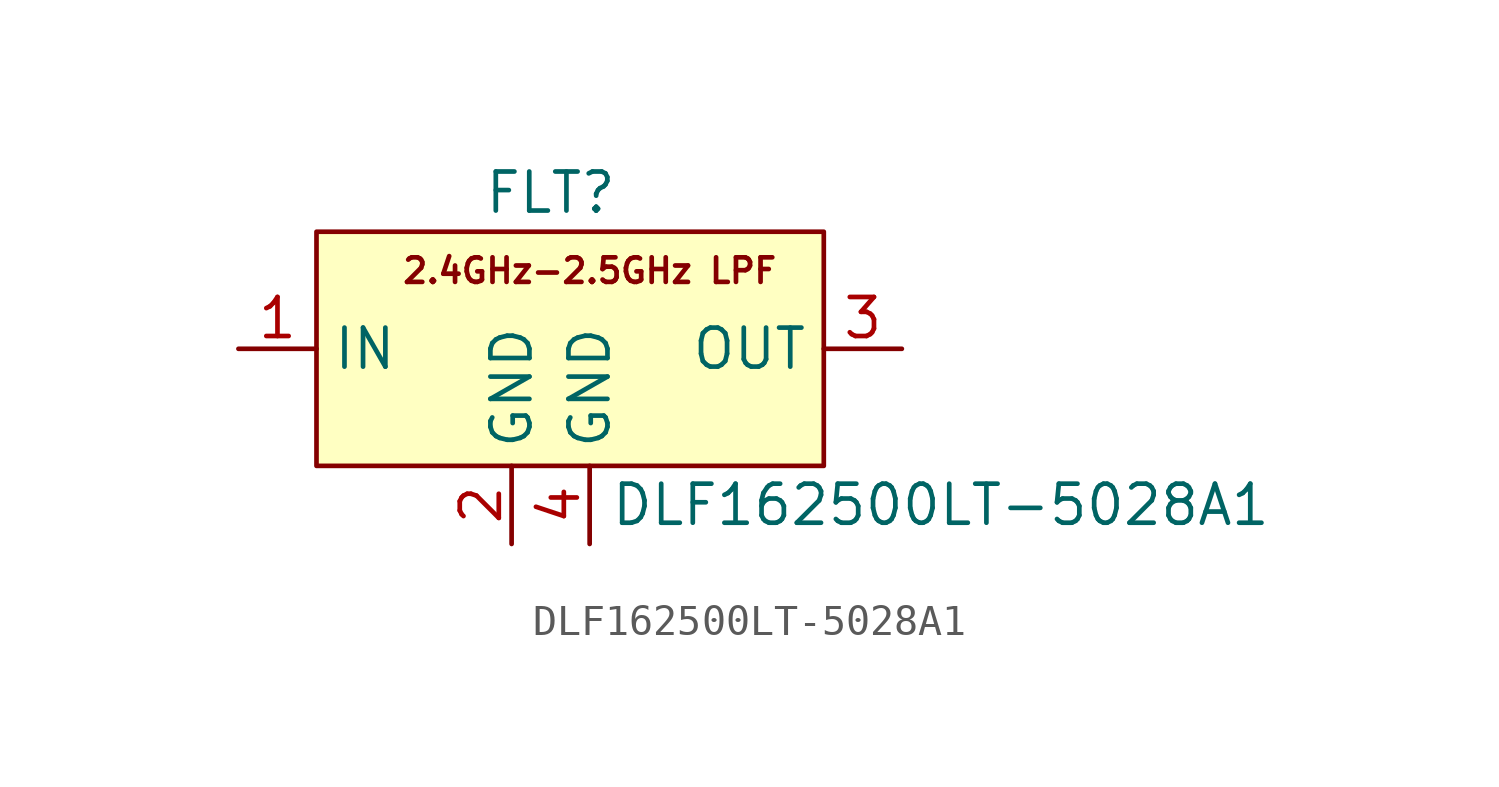
<source format=kicad_sym>
(kicad_symbol_lib
  (version 20220914)
  (generator kicad_symbol_editor)
  (symbol "DLF162500LT-5028A1"
    (property "Reference" "FLT"
      (at 0 5.08 0)
      (effects (font (size 1.27 1.27))))
    (property "Value" "DLF162500LT-5028A1"
      (at 12.7 -5.08 0)
      (effects (font (size 1.27 1.27))))
    (symbol "DLF162500LT-5028A1_0_0"
      (pin passive line (at -10.16 0 0) (length 2.54) (name "IN" (effects (font (size 1.27 1.27)))) (number "1" (effects (font (size 1.27 1.27)))))
      (pin passive line (at -1.27 -6.35 90) (length 2.54) (name "GND" (effects (font (size 1.27 1.27)))) (number "2" (effects (font (size 1.27 1.27)))))
      (pin passive line (at 11.43 0 180) (length 2.54) (name "OUT" (effects (font (size 1.27 1.27)))) (number "3" (effects (font (size 1.27 1.27)))))
      (pin passive line (at 1.27 -6.35 90) (length 2.54) (name "GND" (effects (font (size 1.27 1.27)))) (number "4" (effects (font (size 1.27 1.27))))))
    (symbol "DLF162500LT-5028A1_1_1"
      (rectangle (start -7.62 3.81) (end 8.89 -3.81) (stroke (width 0) (type default)) (fill (type background)))
      (text "2.4GHz-2.5GHz LPF" (at 1.27 2.54 0) (effects (font (size 0.8 0.8)))))))
</source>
